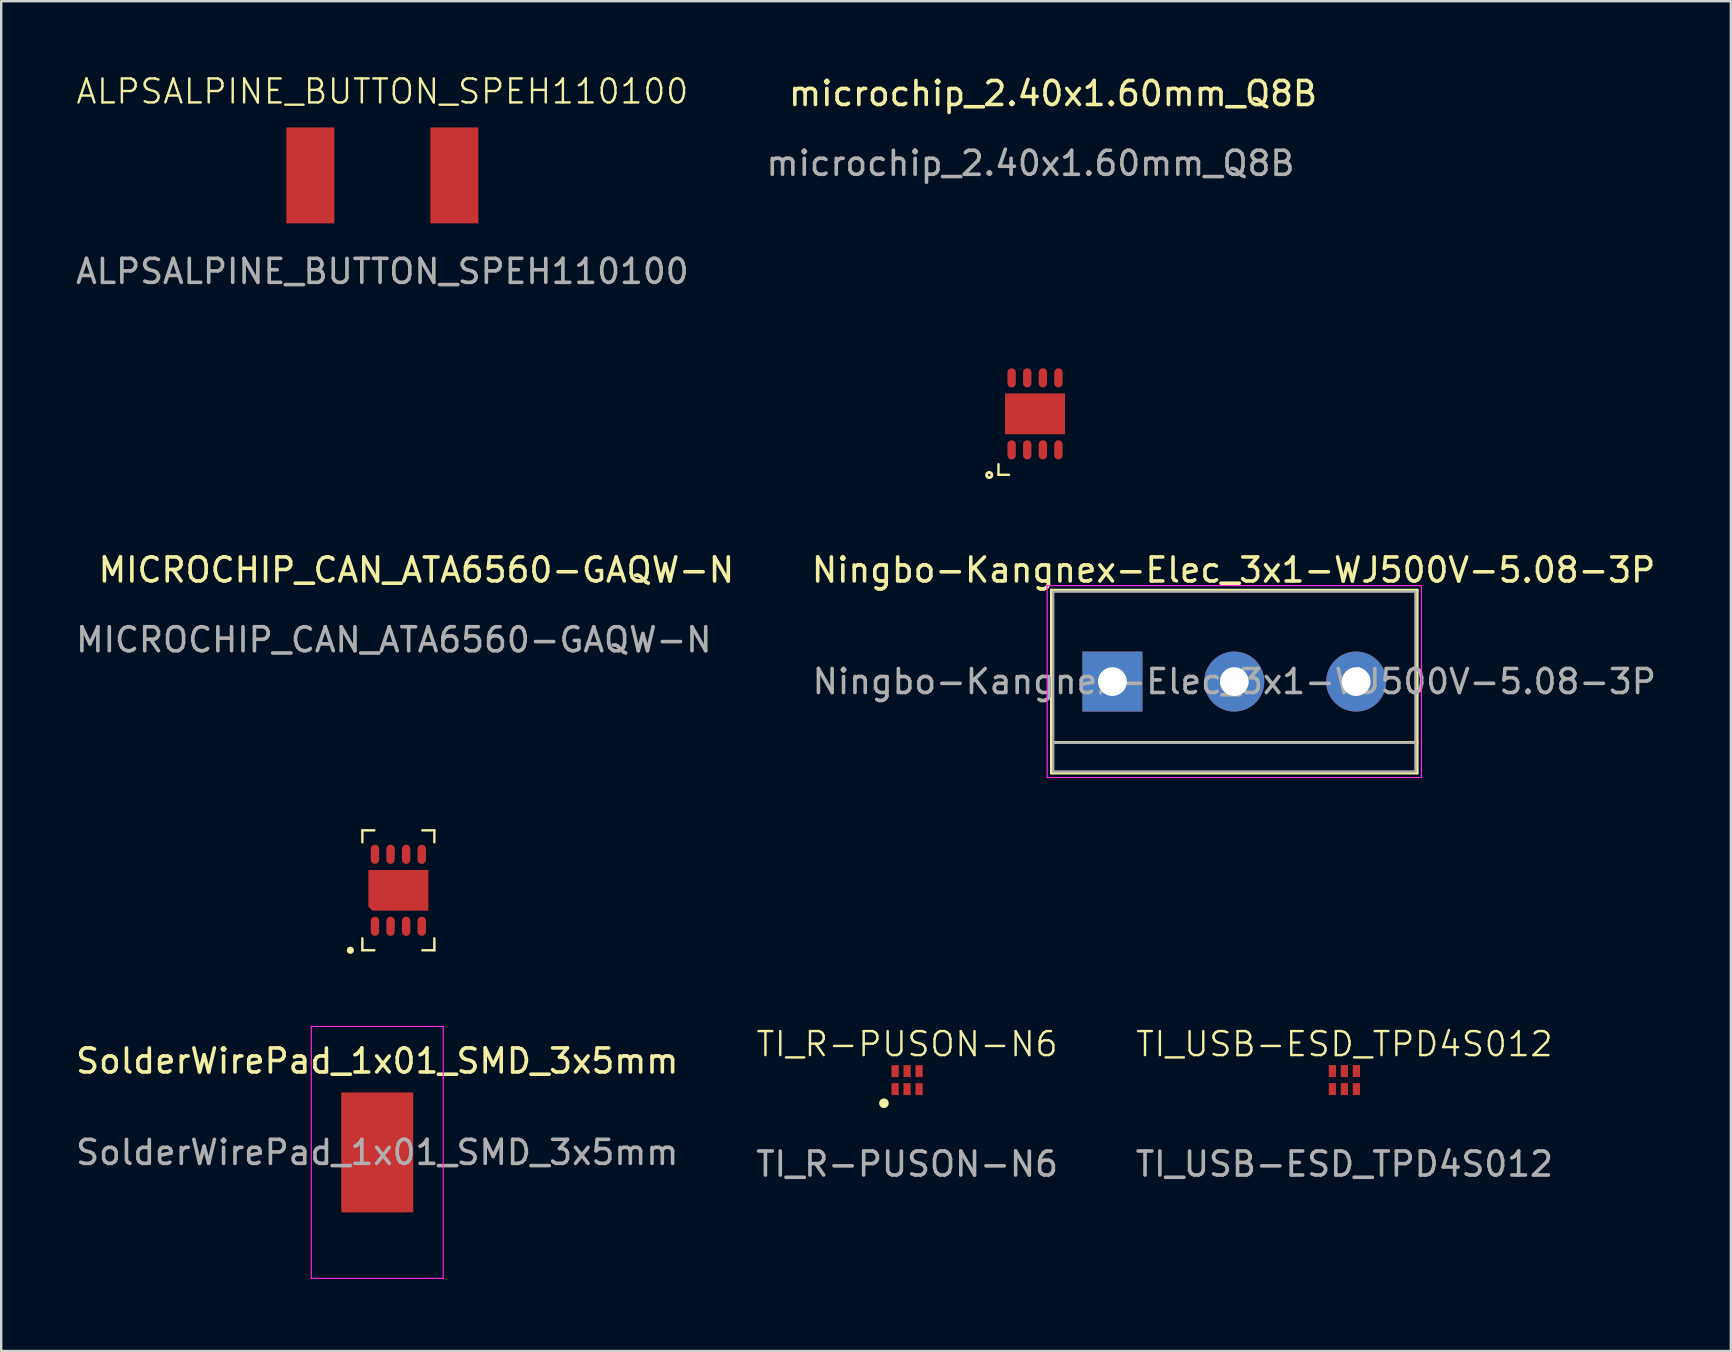
<source format=kicad_pcb>
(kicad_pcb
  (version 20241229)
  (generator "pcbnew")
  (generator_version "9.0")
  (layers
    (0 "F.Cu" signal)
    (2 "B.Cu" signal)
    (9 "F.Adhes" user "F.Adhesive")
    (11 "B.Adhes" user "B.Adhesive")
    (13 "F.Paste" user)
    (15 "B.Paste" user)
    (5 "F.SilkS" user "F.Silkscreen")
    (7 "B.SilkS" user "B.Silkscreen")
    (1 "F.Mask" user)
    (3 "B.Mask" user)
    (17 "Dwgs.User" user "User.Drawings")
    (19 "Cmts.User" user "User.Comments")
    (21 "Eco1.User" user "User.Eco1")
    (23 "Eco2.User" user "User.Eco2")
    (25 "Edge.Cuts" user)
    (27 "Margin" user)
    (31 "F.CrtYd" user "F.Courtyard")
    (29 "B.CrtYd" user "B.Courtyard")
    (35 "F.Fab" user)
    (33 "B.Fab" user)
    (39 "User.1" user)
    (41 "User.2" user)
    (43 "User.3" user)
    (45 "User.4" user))
  (footprint "MICROCHIP_CAN_ATA6560-GAQW-N"
    (layer "F.Cu")
    (at 13.553 34.056)
    (property "Reference" "MICROCHIP_CAN_ATA6560-GAQW-N" (at 0.75 -13.35 0) (unlocked yes) (layer "F.SilkS") (effects (font (size 1 1) (thickness 0.15))))
    (attr smd)
    (fp_line (start -1.5 -2.5) (end -1.5 -2) (stroke (width 0.1) (type default)) (layer "F.SilkS"))
    (fp_line (start -1.5 2) (end -1.5 2.5) (stroke (width 0.1) (type default)) (layer "F.SilkS"))
    (fp_line (start -1.5 2.5) (end -1 2.5) (stroke (width 0.1) (type default)) (layer "F.SilkS"))
    (fp_line (start -1 -2.5) (end -1.5 -2.5) (stroke (width 0.1) (type default)) (layer "F.SilkS"))
    (fp_line (start 1 2.5) (end 1.5 2.5) (stroke (width 0.1) (type default)) (layer "F.SilkS"))
    (fp_line (start 1.5 -2.5) (end 1 -2.5) (stroke (width 0.1) (type default)) (layer "F.SilkS"))
    (fp_line (start 1.5 -2) (end 1.5 -2.5) (stroke (width 0.1) (type default)) (layer "F.SilkS"))
    (fp_line (start 1.5 2.5) (end 1.5 2) (stroke (width 0.1) (type default)) (layer "F.SilkS"))
    (fp_circle (center -2 2.5) (end -1.9 2.5) (stroke (width 0.1) (type solid)) (fill yes) (layer "F.SilkS"))
    (fp_text user "${REFERENCE}" (at -0.19 -10.44 0) (unlocked yes) (layer "F.Fab") (effects (font (size 1 1) (thickness 0.15))))
    (pad "1" smd oval (at -0.975 1.5) (size 0.35 0.8) (layers "F.Cu" "F.Mask" "F.Paste"))
    (pad "2" smd oval (at -0.325 1.5) (size 0.35 0.8) (layers "F.Cu" "F.Mask" "F.Paste"))
    (pad "3" smd oval (at 0.325 1.5) (size 0.35 0.8) (layers "F.Cu" "F.Mask" "F.Paste"))
    (pad "4" smd oval (at 0.975 1.5) (size 0.35 0.8) (layers "F.Cu" "F.Mask" "F.Paste"))
    (pad "5" smd oval (at 0.975 -1.5) (size 0.35 0.8) (layers "F.Cu" "F.Mask" "F.Paste"))
    (pad "6" smd oval (at 0.325 -1.5) (size 0.35 0.8) (layers "F.Cu" "F.Mask" "F.Paste"))
    (pad "7" smd oval (at -0.325 -1.5) (size 0.35 0.8) (layers "F.Cu" "F.Mask" "F.Paste"))
    (pad "8" smd oval (at -0.975 -1.5) (size 0.35 0.8) (layers "F.Cu" "F.Mask" "F.Paste"))
    (pad "9" smd roundrect (at 0 0) (size 2.5 1.7) (layers "F.Cu" "F.Mask" "F.Paste") (roundrect_rratio 0) (chamfer_ratio 0.1) (chamfer bottom_left)))
  (footprint "ALPSALPINE_BUTTON_SPEH110100"
    (layer "F.Cu")
    (at 12.887 4.261)
    (property "Reference" "ALPSALPINE_BUTTON_SPEH110100" (at 0 -3.5 0) (unlocked yes) (layer "F.SilkS") (effects (font (size 1 1) (thickness 0.1))))
    (attr smd)
    (fp_text user "${REFERENCE}" (at 0 4 0) (unlocked yes) (layer "F.Fab") (effects (font (size 1 1) (thickness 0.15))))
    (pad "1" smd rect (at -3 0 270) (size 4 2) (layers "F.Cu" "F.Mask" "F.Paste"))
    (pad "2" smd rect (at 3 0 90) (size 4 2) (layers "F.Cu" "F.Mask" "F.Paste")))
  (footprint "microchip_2.40x1.60mm_Q8B"
    (layer "F.Cu")
    (at 40.089 14.198)
    (property "Reference" "microchip_2.40x1.60mm_Q8B" (at 0.75 -13.35 0) (unlocked yes) (layer "F.SilkS") (effects (font (size 1 1) (thickness 0.15))))
    (attr smd)
    (fp_line (start -1.524 2.1) (end -1.524 2.54) (stroke (width 0.1) (type default)) (layer "F.SilkS"))
    (fp_line (start -1.524 2.54) (end -1.084 2.54) (stroke (width 0.1) (type default)) (layer "F.SilkS"))
    (fp_circle (center -1.91 2.55) (end -1.88 2.59) (stroke (width 0.12) (type default)) (fill no) (layer "F.SilkS"))
    (fp_text user "${REFERENCE}" (at -0.19 -10.44 0) (unlocked yes) (layer "F.Fab") (effects (font (size 1 1) (thickness 0.15))))
    (pad "1" smd oval (at -0.975 1.5) (size 0.35 0.8) (layers "F.Cu" "F.Mask" "F.Paste"))
    (pad "2" smd oval (at -0.325 1.5) (size 0.35 0.8) (layers "F.Cu" "F.Mask" "F.Paste"))
    (pad "3" smd oval (at 0.325 1.5) (size 0.35 0.8) (layers "F.Cu" "F.Mask" "F.Paste"))
    (pad "4" smd oval (at 0.975 1.5) (size 0.35 0.8) (layers "F.Cu" "F.Mask" "F.Paste"))
    (pad "5" smd oval (at 0.975 -1.5) (size 0.35 0.8) (layers "F.Cu" "F.Mask" "F.Paste"))
    (pad "6" smd oval (at 0.325 -1.5) (size 0.35 0.8) (layers "F.Cu" "F.Mask" "F.Paste"))
    (pad "7" smd oval (at -0.325 -1.5) (size 0.35 0.8) (layers "F.Cu" "F.Mask" "F.Paste"))
    (pad "8" smd oval (at -0.975 -1.5) (size 0.35 0.8) (layers "F.Cu" "F.Mask" "F.Paste"))
    (pad "9" smd rect (at 0 0) (size 2.5 1.7) (layers "F.Cu" "F.Mask" "F.Paste")))
  (footprint "TI_USB-ESD_TPD4S012"
    (layer "F.Cu")
    (at 52.982 41.967)
    (property "Reference" "TI_USB-ESD_TPD4S012" (at 0 -1.5 0) (unlocked yes) (layer "F.SilkS") (effects (font (size 1 1) (thickness 0.1))))
    (attr smd)
    (fp_text user "${REFERENCE}" (at 0 3.5 0) (unlocked yes) (layer "F.Fab") (effects (font (size 1 1) (thickness 0.15))))
    (pad "1" smd rect (at -0.5 0.375) (size 0.3 0.5) (layers "F.Cu" "F.Mask" "F.Paste"))
    (pad "2" smd rect (at 0 0.375) (size 0.3 0.5) (layers "F.Cu" "F.Mask" "F.Paste"))
    (pad "3" smd rect (at 0.5 0.375) (size 0.3 0.5) (layers "F.Cu" "F.Mask" "F.Paste"))
    (pad "4" smd rect (at 0.5 -0.375) (size 0.3 0.5) (layers "F.Cu" "F.Mask" "F.Paste"))
    (pad "5" smd rect (at 0 -0.375) (size 0.3 0.5) (layers "F.Cu" "F.Mask" "F.Paste"))
    (pad "6" smd rect (at -0.5 -0.375) (size 0.3 0.5) (layers "F.Cu" "F.Mask" "F.Paste")))
  (footprint "TI_R-PUSON-N6"
    (layer "F.Cu")
    (at 34.756 41.967)
    (property "Reference" "TI_R-PUSON-N6" (at 0 -1.5 0) (unlocked yes) (layer "F.SilkS") (effects (font (size 1 1) (thickness 0.1))))
    (attr smd)
    (fp_circle (center -0.965 0.965) (end -0.765 0.965) (stroke (width 0) (type solid)) (fill yes) (layer "F.SilkS"))
    (fp_rect (start -0.75 -0.525) (end 0.75 0.525) (stroke (width 0.01) (type default)) (fill no) (layer "Margin"))
    (fp_text user "${REFERENCE}" (at 0 3.5 0) (unlocked yes) (layer "F.Fab") (effects (font (size 1 1) (thickness 0.15))))
    (pad "1" smd rect (at -0.5 0.375) (size 0.3 0.5) (layers "F.Cu" "F.Mask" "F.Paste"))
    (pad "2" smd rect (at 0 0.375) (size 0.3 0.5) (layers "F.Cu" "F.Mask" "F.Paste"))
    (pad "3" smd rect (at 0.5 0.375) (size 0.3 0.5) (layers "F.Cu" "F.Mask" "F.Paste"))
    (pad "4" smd rect (at 0.5 -0.375) (size 0.3 0.5) (layers "F.Cu" "F.Mask" "F.Paste"))
    (pad "5" smd rect (at 0 -0.375) (size 0.3 0.5) (layers "F.Cu" "F.Mask" "F.Paste"))
    (pad "6" smd rect (at -0.5 -0.375) (size 0.3 0.5) (layers "F.Cu" "F.Mask" "F.Paste")))
  (footprint "SolderWirePad_1x01_SMD_3x5mm"
    (layer "F.Cu")
    (at 12.673 44.981)
    (property "Reference" "SolderWirePad_1x01_SMD_3x5mm" (at 0 -3.81 0) (layer "F.SilkS") (effects (font (size 1 1) (thickness 0.15))))
    (attr smd exclude_from_pos_files exclude_from_bom)
    (fp_line (start -2.75 -5.25) (end -2.75 5.25) (stroke (width 0.05) (type solid)) (layer "F.CrtYd"))
    (fp_line (start -2.75 5.25) (end 2.75 5.25) (stroke (width 0.05) (type solid)) (layer "F.CrtYd"))
    (fp_line (start 2.75 -5.25) (end -2.75 -5.25) (stroke (width 0.05) (type solid)) (layer "F.CrtYd"))
    (fp_line (start 2.75 5.25) (end 2.75 -5.25) (stroke (width 0.05) (type solid)) (layer "F.CrtYd"))
    (fp_text user "${REFERENCE}" (at 0 0 0) (layer "F.Fab") (effects (font (size 1 1) (thickness 0.15))))
    (pad "1" smd rect (at 0 0) (size 3 5) (layers "F.Cu" "F.Mask" "F.Paste")))
  (footprint "Ningbo-Kangnex-Elec_3x1-WJ500V-5.08-3P"
    (layer "F.Cu")
    (at 43.313 25.357)
    (property "Reference" "Ningbo-Kangnex-Elec_3x1-WJ500V-5.08-3P" (at 5.05 -4.65 0) (layer "F.SilkS") (effects (font (size 1 1) (thickness 0.15))))
    (attr through_hole)
    (fp_line (start -2.54 -3.81) (end 12.7 -3.81) (stroke (width 0.12) (type solid)) (layer "F.SilkS"))
    (fp_line (start -2.54 2.54) (end 12.7 2.54) (stroke (width 0.12) (type solid)) (layer "F.SilkS"))
    (fp_line (start -2.54 3.81) (end -2.54 -3.81) (stroke (width 0.12) (type solid)) (layer "F.SilkS"))
    (fp_line (start -2.54 3.81) (end 12.7 3.81) (stroke (width 0.12) (type solid)) (layer "F.SilkS"))
    (fp_line (start 12.7 3.81) (end 12.7 -3.81) (stroke (width 0.12) (type solid)) (layer "F.SilkS"))
    (fp_line (start -2.72 -4) (end -2.72 4) (stroke (width 0.05) (type solid)) (layer "F.CrtYd"))
    (fp_line (start -2.72 -4) (end 12.88 -4) (stroke (width 0.05) (type solid)) (layer "F.CrtYd"))
    (fp_line (start 12.88 4) (end -2.72 4) (stroke (width 0.05) (type solid)) (layer "F.CrtYd"))
    (fp_line (start 12.88 4) (end 12.88 -4) (stroke (width 0.05) (type solid)) (layer "F.CrtYd"))
    (fp_line (start -2.47 -3.75) (end 12.63 -3.75) (stroke (width 0.1) (type solid)) (layer "F.Fab"))
    (fp_line (start -2.47 2.55) (end 12.63 2.55) (stroke (width 0.1) (type solid)) (layer "F.Fab"))
    (fp_line (start -2.47 3.75) (end -2.47 -3.75) (stroke (width 0.1) (type solid)) (layer "F.Fab"))
    (fp_line (start 12.63 -3.75) (end 12.63 3.75) (stroke (width 0.1) (type solid)) (layer "F.Fab"))
    (fp_line (start 12.63 3.75) (end -2.47 3.75) (stroke (width 0.1) (type solid)) (layer "F.Fab"))
    (fp_text user "${REFERENCE}" (at 5.08 0 0) (layer "F.Fab") (effects (font (size 1 1) (thickness 0.15))))
    (pad "1" thru_hole rect (at 0 0) (size 2.5 2.5) (drill 1.2) (layers "*.Cu" "*.Mask"))
    (pad "2" thru_hole circle (at 5.08 0) (size 2.5 2.5) (drill 1.2) (layers "*.Cu" "*.Mask"))
    (pad "3" thru_hole circle (at 10.16 0) (size 2.5 2.5) (drill 1.2) (layers "*.Cu" "*.Mask")))
  (gr_rect
    (start -3 -3)
    (end 69.089 53.257)
    (stroke (width 0.1) (type default))
    (fill no)
    (layer "Edge.Cuts")))
</source>
